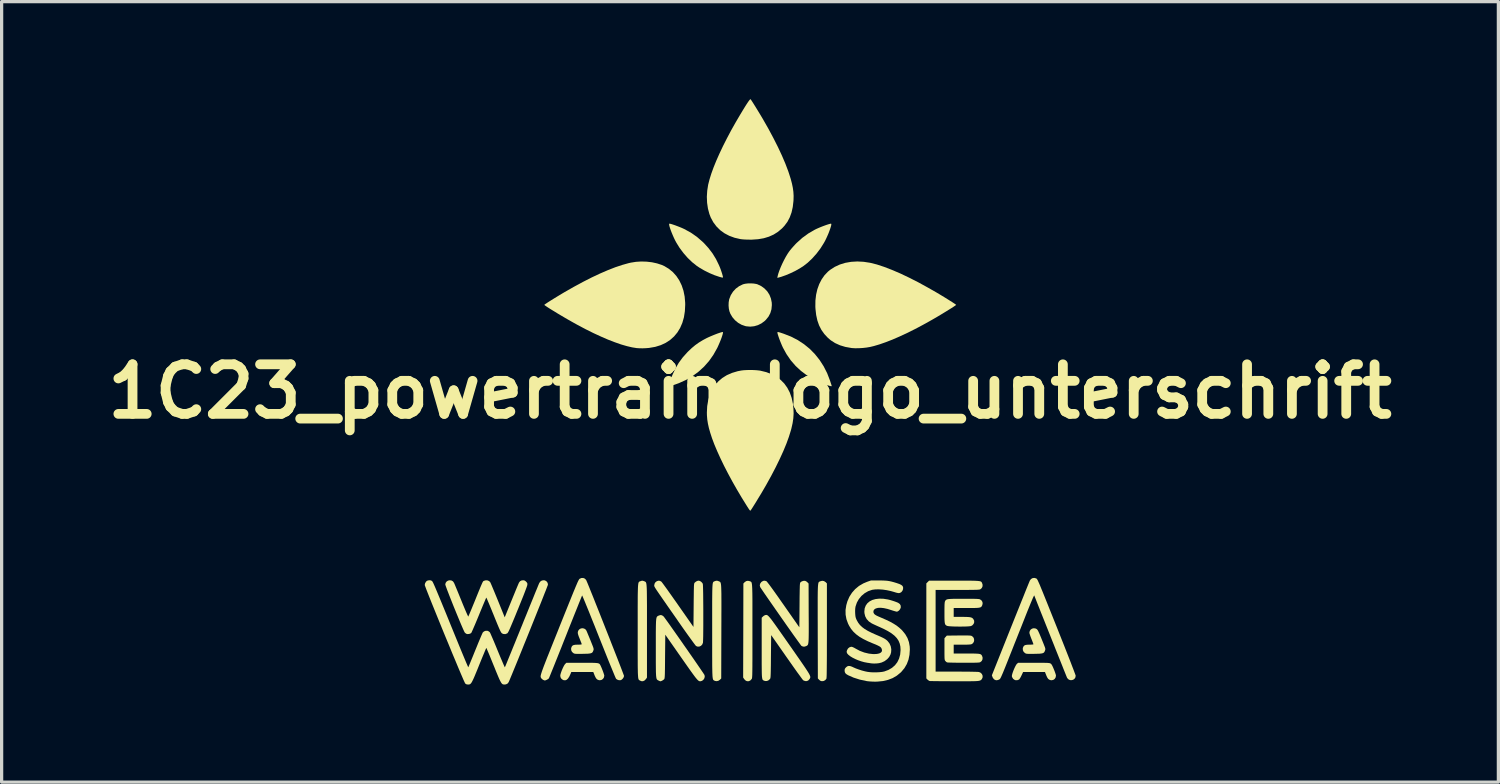
<source format=kicad_pcb>
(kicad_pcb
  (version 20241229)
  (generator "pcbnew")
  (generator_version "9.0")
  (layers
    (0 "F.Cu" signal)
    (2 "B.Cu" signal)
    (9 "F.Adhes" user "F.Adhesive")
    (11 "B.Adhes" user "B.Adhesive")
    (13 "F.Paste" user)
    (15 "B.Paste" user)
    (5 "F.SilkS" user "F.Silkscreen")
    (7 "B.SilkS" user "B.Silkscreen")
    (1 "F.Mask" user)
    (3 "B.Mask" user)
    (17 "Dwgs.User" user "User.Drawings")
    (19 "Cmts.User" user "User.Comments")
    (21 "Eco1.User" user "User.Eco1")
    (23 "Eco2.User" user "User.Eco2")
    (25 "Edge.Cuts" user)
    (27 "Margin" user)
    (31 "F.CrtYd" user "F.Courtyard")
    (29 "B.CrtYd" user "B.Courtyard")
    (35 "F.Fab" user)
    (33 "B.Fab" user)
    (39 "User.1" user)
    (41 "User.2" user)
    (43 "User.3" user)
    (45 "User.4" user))
  (footprint "1C23_powertrain_logo_unterschrift"
    (layer "F.Cu")
    (at 20.001 8.981)
    (property "Reference" "1C23_powertrain_logo_unterschrift" (at 0 0 0) (layer "F.SilkS") (effects (font (size 1.524 1.524) (thickness 0.3))))
    (attr board_only exclude_from_pos_files exclude_from_bom)
    (fp_poly (pts (xy 0.112 -3.317) (xy 0.19 -3.304) (xy 0.229 -3.293) (xy 0.346 -3.237) (xy 0.447 -3.163) (xy 0.532 -3.074) (xy 0.598 -2.97) (xy 0.643 -2.855) (xy 0.668 -2.731) (xy 0.671 -2.654) (xy 0.659 -2.526) (xy 0.625 -2.409) (xy 0.569 -2.302) (xy 0.489 -2.203) (xy 0.452 -2.167) (xy 0.353 -2.093) (xy 0.243 -2.038) (xy 0.126 -2.004) (xy 0.006 -1.992) (xy -0.114 -2.003) (xy -0.143 -2.009) (xy -0.259 -2.049) (xy -0.366 -2.11) (xy -0.461 -2.189) (xy -0.541 -2.282) (xy -0.603 -2.386) (xy -0.632 -2.461) (xy -0.651 -2.546) (xy -0.659 -2.641) (xy -0.656 -2.737) (xy -0.642 -2.824) (xy -0.638 -2.839) (xy -0.591 -2.959) (xy -0.523 -3.067) (xy -0.437 -3.16) (xy -0.336 -3.235) (xy -0.221 -3.291) (xy -0.217 -3.293) (xy -0.149 -3.31) (xy -0.066 -3.32) (xy 0.024 -3.322)) (stroke (width 0) (type solid)) (fill yes) (layer "F.SilkS"))
    (fp_poly (pts (xy 0.867 -1.825) (xy 0.895 -1.819) (xy 0.939 -1.806) (xy 1.002 -1.785) (xy 1.037 -1.773) (xy 1.258 -1.687) (xy 1.466 -1.58) (xy 1.658 -1.454) (xy 1.835 -1.31) (xy 1.995 -1.147) (xy 2.138 -0.968) (xy 2.264 -0.772) (xy 2.371 -0.561) (xy 2.458 -0.335) (xy 2.462 -0.324) (xy 2.48 -0.267) (xy 2.496 -0.219) (xy 2.507 -0.184) (xy 2.511 -0.167) (xy 2.512 -0.167) (xy 2.503 -0.161) (xy 2.477 -0.164) (xy 2.432 -0.176) (xy 2.366 -0.196) (xy 2.338 -0.205) (xy 2.247 -0.239) (xy 2.143 -0.283) (xy 2.033 -0.335) (xy 1.925 -0.39) (xy 1.826 -0.446) (xy 1.751 -0.493) (xy 1.568 -0.63) (xy 1.402 -0.784) (xy 1.253 -0.956) (xy 1.122 -1.146) (xy 1.014 -1.342) (xy 0.986 -1.402) (xy 0.957 -1.471) (xy 0.927 -1.544) (xy 0.9 -1.616) (xy 0.876 -1.684) (xy 0.857 -1.743) (xy 0.845 -1.787) (xy 0.841 -1.81) (xy 0.843 -1.82) (xy 0.851 -1.825)) (stroke (width 0) (type solid)) (fill yes) (layer "F.SilkS"))
    (fp_poly (pts (xy -2.458 -5.155) (xy -2.418 -5.145) (xy -2.364 -5.128) (xy -2.3 -5.106) (xy -2.231 -5.08) (xy -2.161 -5.053) (xy -2.093 -5.025) (xy -2.034 -4.998) (xy -2.021 -4.992) (xy -1.82 -4.882) (xy -1.633 -4.752) (xy -1.459 -4.601) (xy -1.422 -4.566) (xy -1.278 -4.408) (xy -1.153 -4.244) (xy -1.046 -4.07) (xy -0.953 -3.879) (xy -0.923 -3.808) (xy -0.901 -3.75) (xy -0.88 -3.688) (xy -0.86 -3.628) (xy -0.845 -3.574) (xy -0.834 -3.532) (xy -0.831 -3.506) (xy -0.831 -3.502) (xy -0.844 -3.5) (xy -0.875 -3.505) (xy -0.918 -3.516) (xy -0.94 -3.522) (xy -1.091 -3.573) (xy -1.25 -3.64) (xy -1.406 -3.718) (xy -1.553 -3.804) (xy -1.633 -3.857) (xy -1.776 -3.971) (xy -1.915 -4.104) (xy -2.046 -4.254) (xy -2.166 -4.415) (xy -2.261 -4.568) (xy -2.299 -4.638) (xy -2.336 -4.714) (xy -2.371 -4.793) (xy -2.404 -4.871) (xy -2.433 -4.946) (xy -2.457 -5.015) (xy -2.475 -5.073) (xy -2.485 -5.119) (xy -2.486 -5.148) (xy -2.48 -5.157)) (stroke (width 0) (type solid)) (fill yes) (layer "F.SilkS"))
    (fp_poly (pts (xy -0.832 -1.826) (xy -0.832 -1.826) (xy -0.83 -1.808) (xy -0.837 -1.772) (xy -0.852 -1.72) (xy -0.873 -1.656) (xy -0.9 -1.584) (xy -0.931 -1.508) (xy -0.964 -1.431) (xy -0.998 -1.356) (xy -1.011 -1.33) (xy -1.127 -1.124) (xy -1.261 -0.934) (xy -1.412 -0.763) (xy -1.58 -0.609) (xy -1.765 -0.473) (xy -1.965 -0.355) (xy -2.182 -0.257) (xy -2.308 -0.211) (xy -2.38 -0.187) (xy -2.433 -0.171) (xy -2.467 -0.164) (xy -2.488 -0.163) (xy -2.496 -0.17) (xy -2.495 -0.182) (xy -2.47 -0.268) (xy -2.449 -0.336) (xy -2.429 -0.394) (xy -2.408 -0.45) (xy -2.383 -0.511) (xy -2.381 -0.516) (xy -2.291 -0.708) (xy -2.189 -0.882) (xy -2.07 -1.044) (xy -1.931 -1.199) (xy -1.906 -1.225) (xy -1.792 -1.333) (xy -1.683 -1.424) (xy -1.569 -1.505) (xy -1.445 -1.58) (xy -1.336 -1.638) (xy -1.277 -1.666) (xy -1.209 -1.696) (xy -1.137 -1.726) (xy -1.065 -1.755) (xy -0.997 -1.781) (xy -0.935 -1.802) (xy -0.885 -1.818) (xy -0.849 -1.826)) (stroke (width 0) (type solid)) (fill yes) (layer "F.SilkS"))
    (fp_poly (pts (xy 2.492 -5.157) (xy 2.499 -5.144) (xy 2.496 -5.111) (xy 2.484 -5.063) (xy 2.465 -5.003) (xy 2.44 -4.933) (xy 2.411 -4.857) (xy 2.377 -4.778) (xy 2.341 -4.699) (xy 2.304 -4.624) (xy 2.273 -4.568) (xy 2.167 -4.399) (xy 2.045 -4.237) (xy 1.911 -4.087) (xy 1.77 -3.954) (xy 1.645 -3.857) (xy 1.526 -3.78) (xy 1.39 -3.704) (xy 1.244 -3.634) (xy 1.097 -3.572) (xy 0.955 -3.522) (xy 0.886 -3.503) (xy 0.839 -3.49) (xy 0.847 -3.535) (xy 0.867 -3.614) (xy 0.899 -3.708) (xy 0.94 -3.812) (xy 0.988 -3.921) (xy 1.042 -4.031) (xy 1.098 -4.136) (xy 1.155 -4.231) (xy 1.197 -4.293) (xy 1.235 -4.343) (xy 1.286 -4.405) (xy 1.344 -4.47) (xy 1.404 -4.535) (xy 1.435 -4.566) (xy 1.607 -4.721) (xy 1.791 -4.855) (xy 1.989 -4.97) (xy 2.033 -4.992) (xy 2.091 -5.018) (xy 2.157 -5.046) (xy 2.227 -5.074) (xy 2.297 -5.1) (xy 2.362 -5.123) (xy 2.419 -5.141) (xy 2.463 -5.153) (xy 2.489 -5.157)) (stroke (width 0) (type solid)) (fill yes) (layer "F.SilkS"))
    (fp_poly (pts (xy -5.04 8.339) (xy -4.935 8.339) (xy -4.85 8.34) (xy -4.782 8.342) (xy -4.73 8.345) (xy -4.691 8.349) (xy -4.663 8.355) (xy -4.643 8.363) (xy -4.628 8.372) (xy -4.617 8.384) (xy -4.61 8.394) (xy -4.594 8.424) (xy -4.573 8.47) (xy -4.55 8.525) (xy -4.527 8.583) (xy -4.506 8.64) (xy -4.49 8.689) (xy -4.48 8.724) (xy -4.479 8.736) (xy -4.49 8.791) (xy -4.519 8.835) (xy -4.562 8.865) (xy -4.614 8.876) (xy -4.651 8.871) (xy -4.688 8.856) (xy -4.718 8.832) (xy -4.745 8.793) (xy -4.773 8.735) (xy -4.783 8.709) (xy -4.817 8.623) (xy -5.493 8.623) (xy -5.513 8.673) (xy -5.553 8.76) (xy -5.593 8.822) (xy -5.635 8.861) (xy -5.68 8.878) (xy -5.729 8.873) (xy -5.749 8.865) (xy -5.795 8.833) (xy -5.824 8.785) (xy -5.832 8.736) (xy -5.826 8.697) (xy -5.81 8.643) (xy -5.788 8.581) (xy -5.761 8.517) (xy -5.733 8.458) (xy -5.706 8.409) (xy -5.684 8.379) (xy -5.644 8.339) (xy -5.167 8.339)) (stroke (width 0) (type solid)) (fill yes) (layer "F.SilkS"))
    (fp_poly (pts (xy 2.273 5.828) (xy 2.324 5.86) (xy 2.328 5.864) (xy 2.363 5.9) (xy 2.363 7.351) (xy 2.363 7.58) (xy 2.362 7.785) (xy 2.362 7.968) (xy 2.362 8.129) (xy 2.361 8.27) (xy 2.36 8.393) (xy 2.359 8.497) (xy 2.358 8.585) (xy 2.357 8.658) (xy 2.356 8.716) (xy 2.354 8.761) (xy 2.352 8.794) (xy 2.35 8.816) (xy 2.347 8.829) (xy 2.346 8.831) (xy 2.311 8.873) (xy 2.262 8.899) (xy 2.209 8.905) (xy 2.171 8.896) (xy 2.146 8.88) (xy 2.118 8.855) (xy 2.116 8.853) (xy 2.085 8.819) (xy 2.081 7.372) (xy 2.081 7.148) (xy 2.08 6.948) (xy 2.08 6.769) (xy 2.08 6.611) (xy 2.08 6.473) (xy 2.08 6.353) (xy 2.081 6.25) (xy 2.082 6.162) (xy 2.084 6.088) (xy 2.086 6.027) (xy 2.089 5.978) (xy 2.093 5.939) (xy 2.097 5.909) (xy 2.102 5.886) (xy 2.108 5.87) (xy 2.115 5.858) (xy 2.124 5.851) (xy 2.133 5.845) (xy 2.143 5.841) (xy 2.155 5.836) (xy 2.16 5.834) (xy 2.217 5.819)) (stroke (width 0) (type solid)) (fill yes) (layer "F.SilkS"))
    (fp_poly (pts (xy -0.009 5.831) (xy 0.003 5.836) (xy 0.015 5.84) (xy 0.025 5.845) (xy 0.033 5.851) (xy 0.041 5.861) (xy 0.048 5.875) (xy 0.053 5.895) (xy 0.058 5.922) (xy 0.062 5.958) (xy 0.065 6.003) (xy 0.068 6.06) (xy 0.07 6.129) (xy 0.072 6.211) (xy 0.073 6.309) (xy 0.074 6.423) (xy 0.074 6.555) (xy 0.074 6.706) (xy 0.074 6.878) (xy 0.074 7.071) (xy 0.074 7.287) (xy 0.074 7.364) (xy 0.074 7.583) (xy 0.074 7.779) (xy 0.074 7.952) (xy 0.074 8.105) (xy 0.074 8.239) (xy 0.073 8.355) (xy 0.073 8.454) (xy 0.072 8.538) (xy 0.071 8.608) (xy 0.07 8.666) (xy 0.069 8.712) (xy 0.067 8.749) (xy 0.065 8.777) (xy 0.063 8.798) (xy 0.06 8.813) (xy 0.058 8.824) (xy 0.054 8.832) (xy 0.051 8.838) (xy 0.05 8.839) (xy 0.009 8.883) (xy -0.039 8.905) (xy -0.092 8.904) (xy -0.123 8.892) (xy -0.15 8.872) (xy -0.178 8.841) (xy -0.182 8.835) (xy -0.211 8.792) (xy -0.207 7.348) (xy -0.204 5.903) (xy -0.168 5.865) (xy -0.12 5.83) (xy -0.066 5.819)) (stroke (width 0) (type solid)) (fill yes) (layer "F.SilkS"))
    (fp_poly (pts (xy 8.72 8.339) (xy 8.842 8.339) (xy 8.942 8.339) (xy 9.022 8.34) (xy 9.085 8.341) (xy 9.133 8.342) (xy 9.168 8.345) (xy 9.194 8.348) (xy 9.212 8.351) (xy 9.226 8.356) (xy 9.237 8.362) (xy 9.237 8.362) (xy 9.255 8.376) (xy 9.272 8.398) (xy 9.291 8.432) (xy 9.314 8.481) (xy 9.339 8.541) (xy 9.363 8.601) (xy 9.383 8.657) (xy 9.397 8.702) (xy 9.403 8.731) (xy 9.403 8.734) (xy 9.392 8.791) (xy 9.363 8.836) (xy 9.321 8.865) (xy 9.268 8.876) (xy 9.23 8.871) (xy 9.193 8.856) (xy 9.163 8.832) (xy 9.136 8.793) (xy 9.109 8.735) (xy 9.099 8.709) (xy 9.065 8.623) (xy 8.393 8.623) (xy 8.342 8.732) (xy 8.318 8.78) (xy 8.294 8.82) (xy 8.275 8.847) (xy 8.268 8.854) (xy 8.215 8.874) (xy 8.159 8.874) (xy 8.133 8.865) (xy 8.086 8.832) (xy 8.055 8.78) (xy 8.048 8.758) (xy 8.049 8.729) (xy 8.059 8.685) (xy 8.077 8.629) (xy 8.1 8.568) (xy 8.126 8.506) (xy 8.153 8.45) (xy 8.178 8.404) (xy 8.2 8.374) (xy 8.204 8.37) (xy 8.242 8.339)) (stroke (width 0) (type solid)) (fill yes) (layer "F.SilkS"))
    (fp_poly (pts (xy -5.099 7.287) (xy -5.056 7.313) (xy -5.031 7.346) (xy -5.021 7.367) (xy -5.004 7.407) (xy -4.981 7.463) (xy -4.953 7.53) (xy -4.922 7.605) (xy -4.905 7.646) (xy -4.871 7.731) (xy -4.845 7.796) (xy -4.826 7.845) (xy -4.814 7.88) (xy -4.808 7.906) (xy -4.806 7.925) (xy -4.808 7.94) (xy -4.813 7.956) (xy -4.814 7.96) (xy -4.827 7.992) (xy -4.841 8.016) (xy -4.862 8.034) (xy -4.89 8.046) (xy -4.931 8.054) (xy -4.988 8.06) (xy -5.062 8.062) (xy -5.145 8.064) (xy -5.229 8.065) (xy -5.292 8.065) (xy -5.338 8.064) (xy -5.371 8.062) (xy -5.394 8.058) (xy -5.412 8.051) (xy -5.427 8.043) (xy -5.429 8.042) (xy -5.472 8.003) (xy -5.496 7.952) (xy -5.498 7.897) (xy -5.494 7.879) (xy -5.478 7.839) (xy -5.455 7.811) (xy -5.42 7.794) (xy -5.37 7.785) (xy -5.301 7.782) (xy -5.294 7.782) (xy -5.232 7.781) (xy -5.191 7.777) (xy -5.173 7.771) (xy -5.172 7.769) (xy -5.176 7.753) (xy -5.188 7.719) (xy -5.207 7.672) (xy -5.229 7.616) (xy -5.233 7.606) (xy -5.263 7.532) (xy -5.282 7.476) (xy -5.292 7.433) (xy -5.293 7.398) (xy -5.285 7.368) (xy -5.277 7.349) (xy -5.243 7.308) (xy -5.199 7.284) (xy -5.148 7.277)) (stroke (width 0) (type solid)) (fill yes) (layer "F.SilkS"))
    (fp_poly (pts (xy 8.772 7.284) (xy 8.804 7.298) (xy 8.816 7.307) (xy 8.828 7.319) (xy 8.841 7.337) (xy 8.856 7.363) (xy 8.873 7.399) (xy 8.895 7.447) (xy 8.922 7.511) (xy 8.955 7.592) (xy 8.996 7.692) (xy 9.02 7.751) (xy 9.045 7.815) (xy 9.063 7.861) (xy 9.073 7.893) (xy 9.076 7.916) (xy 9.075 7.935) (xy 9.07 7.954) (xy 9.067 7.96) (xy 9.055 7.992) (xy 9.04 8.016) (xy 9.02 8.034) (xy 8.991 8.046) (xy 8.95 8.054) (xy 8.894 8.06) (xy 8.819 8.062) (xy 8.737 8.064) (xy 8.653 8.065) (xy 8.59 8.065) (xy 8.543 8.064) (xy 8.511 8.062) (xy 8.487 8.058) (xy 8.47 8.051) (xy 8.454 8.043) (xy 8.453 8.042) (xy 8.41 8.003) (xy 8.386 7.952) (xy 8.383 7.897) (xy 8.387 7.879) (xy 8.404 7.839) (xy 8.427 7.811) (xy 8.461 7.794) (xy 8.511 7.785) (xy 8.581 7.782) (xy 8.588 7.782) (xy 8.644 7.781) (xy 8.685 7.778) (xy 8.707 7.773) (xy 8.71 7.77) (xy 8.706 7.754) (xy 8.694 7.721) (xy 8.676 7.673) (xy 8.654 7.617) (xy 8.648 7.603) (xy 8.625 7.543) (xy 8.606 7.488) (xy 8.592 7.445) (xy 8.586 7.419) (xy 8.586 7.416) (xy 8.597 7.362) (xy 8.626 7.319) (xy 8.668 7.29) (xy 8.719 7.277)) (stroke (width 0) (type solid)) (fill yes) (layer "F.SilkS"))
    (fp_poly (pts (xy -0.995 5.82) (xy -0.959 5.834) (xy -0.947 5.839) (xy -0.936 5.844) (xy -0.926 5.849) (xy -0.918 5.856) (xy -0.91 5.866) (xy -0.904 5.88) (xy -0.898 5.9) (xy -0.893 5.928) (xy -0.889 5.963) (xy -0.886 6.009) (xy -0.884 6.065) (xy -0.882 6.134) (xy -0.88 6.217) (xy -0.88 6.315) (xy -0.879 6.429) (xy -0.879 6.56) (xy -0.879 6.711) (xy -0.88 6.882) (xy -0.88 7.075) (xy -0.881 7.29) (xy -0.881 7.377) (xy -0.885 8.821) (xy -0.923 8.859) (xy -0.97 8.891) (xy -1.023 8.904) (xy -1.075 8.897) (xy -1.092 8.889) (xy -1.102 8.884) (xy -1.112 8.879) (xy -1.12 8.873) (xy -1.128 8.865) (xy -1.134 8.854) (xy -1.14 8.838) (xy -1.145 8.816) (xy -1.149 8.787) (xy -1.153 8.749) (xy -1.155 8.701) (xy -1.158 8.642) (xy -1.159 8.57) (xy -1.161 8.484) (xy -1.162 8.383) (xy -1.162 8.265) (xy -1.163 8.129) (xy -1.163 7.974) (xy -1.163 7.798) (xy -1.163 7.601) (xy -1.163 7.38) (xy -1.163 7.352) (xy -1.163 7.13) (xy -1.163 6.931) (xy -1.163 6.753) (xy -1.163 6.597) (xy -1.163 6.46) (xy -1.162 6.341) (xy -1.161 6.239) (xy -1.16 6.153) (xy -1.158 6.08) (xy -1.156 6.021) (xy -1.153 5.972) (xy -1.15 5.934) (xy -1.146 5.905) (xy -1.141 5.883) (xy -1.135 5.868) (xy -1.129 5.857) (xy -1.121 5.849) (xy -1.113 5.844) (xy -1.103 5.84) (xy -1.092 5.835) (xy -1.089 5.833) (xy -1.041 5.817)) (stroke (width 0) (type solid)) (fill yes) (layer "F.SilkS"))
    (fp_poly (pts (xy 3.492 -3.985) (xy 3.694 -3.954) (xy 3.897 -3.903) (xy 4.122 -3.829) (xy 4.363 -3.736) (xy 4.62 -3.626) (xy 4.891 -3.497) (xy 5.178 -3.351) (xy 5.478 -3.186) (xy 5.722 -3.047) (xy 5.81 -2.995) (xy 5.899 -2.941) (xy 5.987 -2.888) (xy 6.069 -2.837) (xy 6.145 -2.789) (xy 6.212 -2.747) (xy 6.267 -2.711) (xy 6.307 -2.684) (xy 6.33 -2.666) (xy 6.335 -2.661) (xy 6.324 -2.651) (xy 6.295 -2.63) (xy 6.25 -2.6) (xy 6.19 -2.561) (xy 6.119 -2.517) (xy 6.039 -2.467) (xy 5.953 -2.415) (xy 5.863 -2.36) (xy 5.771 -2.305) (xy 5.68 -2.252) (xy 5.592 -2.201) (xy 5.567 -2.187) (xy 5.314 -2.046) (xy 5.066 -1.915) (xy 4.827 -1.796) (xy 4.597 -1.689) (xy 4.378 -1.594) (xy 4.172 -1.514) (xy 3.98 -1.447) (xy 3.804 -1.395) (xy 3.687 -1.367) (xy 3.58 -1.349) (xy 3.463 -1.336) (xy 3.343 -1.329) (xy 3.229 -1.328) (xy 3.13 -1.334) (xy 3.115 -1.336) (xy 2.931 -1.369) (xy 2.765 -1.419) (xy 2.615 -1.487) (xy 2.481 -1.573) (xy 2.391 -1.65) (xy 2.283 -1.766) (xy 2.194 -1.892) (xy 2.123 -2.03) (xy 2.07 -2.182) (xy 2.033 -2.35) (xy 2.012 -2.535) (xy 2.008 -2.604) (xy 2.01 -2.793) (xy 2.031 -2.973) (xy 2.07 -3.143) (xy 2.127 -3.3) (xy 2.201 -3.444) (xy 2.291 -3.573) (xy 2.396 -3.683) (xy 2.46 -3.736) (xy 2.604 -3.829) (xy 2.76 -3.901) (xy 2.929 -3.953) (xy 3.108 -3.984) (xy 3.296 -3.995)) (stroke (width 0) (type solid)) (fill yes) (layer "F.SilkS"))
    (fp_poly (pts (xy 6.673 7.499) (xy 6.724 7.501) (xy 6.761 7.503) (xy 6.787 7.506) (xy 6.805 7.511) (xy 6.816 7.516) (xy 6.858 7.549) (xy 6.882 7.595) (xy 6.889 7.645) (xy 6.879 7.695) (xy 6.851 7.738) (xy 6.817 7.763) (xy 6.8 7.77) (xy 6.774 7.775) (xy 6.737 7.778) (xy 6.685 7.781) (xy 6.615 7.782) (xy 6.523 7.782) (xy 6.26 7.782) (xy 6.26 8.054) (xy 6.651 8.054) (xy 6.767 8.054) (xy 6.862 8.055) (xy 6.937 8.057) (xy 6.995 8.06) (xy 7.038 8.064) (xy 7.07 8.071) (xy 7.093 8.081) (xy 7.109 8.093) (xy 7.121 8.109) (xy 7.132 8.128) (xy 7.132 8.128) (xy 7.149 8.183) (xy 7.144 8.237) (xy 7.12 8.285) (xy 7.078 8.319) (xy 7.077 8.32) (xy 7.065 8.325) (xy 7.046 8.329) (xy 7.019 8.332) (xy 6.981 8.334) (xy 6.93 8.336) (xy 6.863 8.337) (xy 6.779 8.338) (xy 6.674 8.338) (xy 6.561 8.338) (xy 6.453 8.338) (xy 6.353 8.337) (xy 6.262 8.335) (xy 6.185 8.334) (xy 6.122 8.332) (xy 6.079 8.33) (xy 6.056 8.327) (xy 6.055 8.327) (xy 6.029 8.31) (xy 6.003 8.283) (xy 6.002 8.283) (xy 5.994 8.272) (xy 5.988 8.259) (xy 5.984 8.242) (xy 5.98 8.218) (xy 5.978 8.182) (xy 5.977 8.134) (xy 5.976 8.068) (xy 5.976 7.983) (xy 5.976 7.917) (xy 5.976 7.585) (xy 6.012 7.544) (xy 6.048 7.504) (xy 6.414 7.5) (xy 6.521 7.499) (xy 6.607 7.499)) (stroke (width 0) (type solid)) (fill yes) (layer "F.SilkS"))
    (fp_poly (pts (xy -3.255 5.831) (xy -3.247 5.834) (xy -3.235 5.84) (xy -3.225 5.844) (xy -3.215 5.85) (xy -3.207 5.857) (xy -3.199 5.867) (xy -3.193 5.883) (xy -3.187 5.904) (xy -3.183 5.932) (xy -3.179 5.969) (xy -3.176 6.017) (xy -3.173 6.075) (xy -3.171 6.146) (xy -3.17 6.231) (xy -3.169 6.331) (xy -3.168 6.448) (xy -3.167 6.582) (xy -3.167 6.736) (xy -3.167 6.91) (xy -3.167 7.107) (xy -3.167 7.326) (xy -3.167 7.365) (xy -3.167 8.793) (xy -3.195 8.835) (xy -3.237 8.88) (xy -3.286 8.904) (xy -3.337 8.904) (xy -3.379 8.887) (xy -3.39 8.881) (xy -3.4 8.875) (xy -3.409 8.87) (xy -3.416 8.862) (xy -3.423 8.851) (xy -3.429 8.836) (xy -3.434 8.815) (xy -3.438 8.787) (xy -3.441 8.75) (xy -3.444 8.703) (xy -3.447 8.646) (xy -3.448 8.576) (xy -3.45 8.492) (xy -3.451 8.392) (xy -3.451 8.277) (xy -3.452 8.143) (xy -3.452 7.991) (xy -3.452 7.818) (xy -3.452 7.623) (xy -3.452 7.405) (xy -3.452 7.362) (xy -3.452 7.138) (xy -3.452 6.938) (xy -3.452 6.76) (xy -3.452 6.602) (xy -3.451 6.464) (xy -3.451 6.344) (xy -3.45 6.241) (xy -3.448 6.154) (xy -3.446 6.081) (xy -3.444 6.02) (xy -3.441 5.971) (xy -3.437 5.933) (xy -3.433 5.903) (xy -3.427 5.881) (xy -3.421 5.865) (xy -3.414 5.854) (xy -3.406 5.847) (xy -3.397 5.842) (xy -3.386 5.838) (xy -3.374 5.834) (xy -3.371 5.832) (xy -3.328 5.818) (xy -3.294 5.818)) (stroke (width 0) (type solid)) (fill yes) (layer "F.SilkS"))
    (fp_poly (pts (xy 0.019 -8.98) (xy 0.032 -8.962) (xy 0.055 -8.927) (xy 0.088 -8.876) (xy 0.127 -8.814) (xy 0.171 -8.743) (xy 0.218 -8.667) (xy 0.266 -8.588) (xy 0.313 -8.511) (xy 0.357 -8.437) (xy 0.388 -8.385) (xy 0.561 -8.082) (xy 0.717 -7.791) (xy 0.857 -7.514) (xy 0.98 -7.251) (xy 1.086 -7.003) (xy 1.174 -6.771) (xy 1.2 -6.693) (xy 1.251 -6.533) (xy 1.289 -6.389) (xy 1.316 -6.258) (xy 1.333 -6.134) (xy 1.34 -6.013) (xy 1.337 -5.89) (xy 1.335 -5.854) (xy 1.314 -5.669) (xy 1.276 -5.501) (xy 1.221 -5.35) (xy 1.149 -5.213) (xy 1.058 -5.091) (xy 0.982 -5.01) (xy 0.859 -4.906) (xy 0.726 -4.822) (xy 0.581 -4.757) (xy 0.423 -4.709) (xy 0.249 -4.679) (xy 0.06 -4.666) (xy -0.012 -4.666) (xy -0.088 -4.667) (xy -0.163 -4.67) (xy -0.231 -4.675) (xy -0.284 -4.681) (xy -0.297 -4.683) (xy -0.475 -4.724) (xy -0.638 -4.784) (xy -0.786 -4.862) (xy -0.918 -4.958) (xy -1.032 -5.072) (xy -1.129 -5.201) (xy -1.207 -5.346) (xy -1.249 -5.455) (xy -1.293 -5.62) (xy -1.319 -5.798) (xy -1.327 -5.983) (xy -1.315 -6.171) (xy -1.286 -6.356) (xy -1.245 -6.516) (xy -1.19 -6.693) (xy -1.12 -6.886) (xy -1.036 -7.093) (xy -0.939 -7.312) (xy -0.83 -7.542) (xy -0.709 -7.781) (xy -0.578 -8.028) (xy -0.436 -8.28) (xy -0.303 -8.506) (xy -0.229 -8.629) (xy -0.166 -8.732) (xy -0.114 -8.815) (xy -0.071 -8.88) (xy -0.038 -8.928) (xy -0.012 -8.961) (xy 0.005 -8.978) (xy 0.016 -8.981)) (stroke (width 0) (type solid)) (fill yes) (layer "F.SilkS"))
    (fp_poly (pts (xy 0.11 -0.658) (xy 0.206 -0.652) (xy 0.289 -0.643) (xy 0.315 -0.639) (xy 0.499 -0.594) (xy 0.664 -0.531) (xy 0.812 -0.452) (xy 0.942 -0.355) (xy 1.054 -0.242) (xy 1.147 -0.112) (xy 1.223 0.035) (xy 1.28 0.198) (xy 1.318 0.377) (xy 1.335 0.534) (xy 1.34 0.68) (xy 1.331 0.824) (xy 1.309 0.973) (xy 1.273 1.133) (xy 1.255 1.2) (xy 1.194 1.396) (xy 1.117 1.608) (xy 1.023 1.835) (xy 0.913 2.076) (xy 0.789 2.33) (xy 0.65 2.596) (xy 0.498 2.871) (xy 0.4 3.04) (xy 0.365 3.1) (xy 0.323 3.17) (xy 0.277 3.245) (xy 0.229 3.324) (xy 0.182 3.402) (xy 0.136 3.475) (xy 0.095 3.541) (xy 0.06 3.596) (xy 0.034 3.635) (xy 0.021 3.655) (xy 0.014 3.662) (xy 0.005 3.662) (xy -0.007 3.652) (xy -0.025 3.629) (xy -0.05 3.592) (xy -0.086 3.536) (xy -0.101 3.512) (xy -0.255 3.264) (xy -0.403 3.014) (xy -0.544 2.766) (xy -0.676 2.521) (xy -0.799 2.283) (xy -0.91 2.053) (xy -1.009 1.835) (xy -1.095 1.631) (xy -1.166 1.442) (xy -1.169 1.434) (xy -1.222 1.271) (xy -1.264 1.124) (xy -1.294 0.988) (xy -1.314 0.861) (xy -1.324 0.736) (xy -1.326 0.65) (xy -1.316 0.452) (xy -1.285 0.27) (xy -1.236 0.102) (xy -1.168 -0.051) (xy -1.081 -0.188) (xy -0.975 -0.309) (xy -0.852 -0.414) (xy -0.712 -0.501) (xy -0.554 -0.57) (xy -0.38 -0.622) (xy -0.266 -0.644) (xy -0.188 -0.653) (xy -0.095 -0.658) (xy 0.007 -0.66)) (stroke (width 0) (type solid)) (fill yes) (layer "F.SilkS"))
    (fp_poly (pts (xy -3.176 -3.989) (xy -3.013 -3.97) (xy -2.858 -3.936) (xy -2.716 -3.89) (xy -2.633 -3.853) (xy -2.494 -3.769) (xy -2.37 -3.667) (xy -2.263 -3.547) (xy -2.173 -3.411) (xy -2.1 -3.26) (xy -2.045 -3.095) (xy -2.009 -2.917) (xy -1.993 -2.728) (xy -1.992 -2.666) (xy -2.002 -2.466) (xy -2.031 -2.28) (xy -2.08 -2.109) (xy -2.147 -1.954) (xy -2.232 -1.814) (xy -2.335 -1.69) (xy -2.455 -1.583) (xy -2.591 -1.494) (xy -2.744 -1.423) (xy -2.912 -1.371) (xy -3.096 -1.339) (xy -3.11 -1.337) (xy -3.2 -1.33) (xy -3.297 -1.326) (xy -3.391 -1.327) (xy -3.472 -1.332) (xy -3.477 -1.332) (xy -3.622 -1.355) (xy -3.784 -1.393) (xy -3.963 -1.445) (xy -4.157 -1.513) (xy -4.364 -1.593) (xy -4.583 -1.688) (xy -4.813 -1.794) (xy -5.052 -1.913) (xy -5.299 -2.044) (xy -5.413 -2.107) (xy -5.507 -2.16) (xy -5.606 -2.216) (xy -5.707 -2.275) (xy -5.807 -2.334) (xy -5.905 -2.392) (xy -5.997 -2.449) (xy -6.083 -2.501) (xy -6.159 -2.548) (xy -6.223 -2.589) (xy -6.273 -2.623) (xy -6.307 -2.647) (xy -6.322 -2.66) (xy -6.322 -2.662) (xy -6.312 -2.671) (xy -6.283 -2.692) (xy -6.238 -2.722) (xy -6.18 -2.76) (xy -6.111 -2.803) (xy -6.034 -2.851) (xy -5.951 -2.902) (xy -5.865 -2.954) (xy -5.779 -3.006) (xy -5.71 -3.047) (xy -5.417 -3.214) (xy -5.136 -3.366) (xy -4.867 -3.503) (xy -4.61 -3.624) (xy -4.367 -3.729) (xy -4.139 -3.818) (xy -3.926 -3.889) (xy -3.729 -3.944) (xy -3.662 -3.959) (xy -3.505 -3.984) (xy -3.342 -3.994)) (stroke (width 0) (type solid)) (fill yes) (layer "F.SilkS"))
    (fp_poly (pts (xy 6.574 5.815) (xy 6.693 5.815) (xy 6.792 5.816) (xy 6.874 5.817) (xy 6.94 5.82) (xy 6.993 5.823) (xy 7.033 5.827) (xy 7.064 5.832) (xy 7.086 5.838) (xy 7.102 5.846) (xy 7.113 5.856) (xy 7.121 5.868) (xy 7.129 5.881) (xy 7.132 5.889) (xy 7.149 5.944) (xy 7.144 5.998) (xy 7.12 6.045) (xy 7.078 6.08) (xy 7.077 6.081) (xy 7.066 6.085) (xy 7.05 6.088) (xy 7.026 6.091) (xy 6.992 6.094) (xy 6.947 6.096) (xy 6.889 6.097) (xy 6.815 6.098) (xy 6.723 6.099) (xy 6.613 6.099) (xy 6.48 6.099) (xy 6.372 6.099) (xy 5.704 6.099) (xy 5.704 8.611) (xy 6.35 8.611) (xy 6.503 8.611) (xy 6.64 8.612) (xy 6.759 8.613) (xy 6.859 8.615) (xy 6.939 8.617) (xy 6.998 8.619) (xy 7.033 8.622) (xy 7.042 8.624) (xy 7.092 8.648) (xy 7.128 8.687) (xy 7.148 8.735) (xy 7.149 8.785) (xy 7.129 8.833) (xy 7.124 8.84) (xy 7.113 8.854) (xy 7.102 8.865) (xy 7.089 8.875) (xy 7.073 8.883) (xy 7.05 8.89) (xy 7.02 8.896) (xy 6.981 8.9) (xy 6.93 8.903) (xy 6.866 8.905) (xy 6.786 8.906) (xy 6.69 8.907) (xy 6.574 8.907) (xy 6.437 8.907) (xy 6.282 8.906) (xy 6.149 8.906) (xy 6.023 8.905) (xy 5.906 8.905) (xy 5.8 8.904) (xy 5.708 8.903) (xy 5.631 8.902) (xy 5.573 8.901) (xy 5.536 8.9) (xy 5.521 8.899) (xy 5.495 8.887) (xy 5.464 8.864) (xy 5.456 8.857) (xy 5.419 8.819) (xy 5.419 5.899) (xy 5.461 5.857) (xy 5.503 5.815) (xy 6.272 5.815) (xy 6.435 5.815)) (stroke (width 0) (type solid)) (fill yes) (layer "F.SilkS"))
    (fp_poly (pts (xy 6.686 6.372) (xy 6.786 6.372) (xy 6.866 6.373) (xy 6.929 6.374) (xy 6.977 6.376) (xy 7.013 6.379) (xy 7.039 6.382) (xy 7.058 6.386) (xy 7.072 6.391) (xy 7.072 6.392) (xy 7.117 6.425) (xy 7.144 6.472) (xy 7.149 6.525) (xy 7.133 6.581) (xy 7.132 6.582) (xy 7.121 6.602) (xy 7.109 6.617) (xy 7.093 6.63) (xy 7.07 6.639) (xy 7.038 6.646) (xy 6.995 6.651) (xy 6.937 6.654) (xy 6.862 6.655) (xy 6.767 6.656) (xy 6.651 6.656) (xy 6.26 6.656) (xy 6.26 6.928) (xy 6.508 6.928) (xy 6.604 6.929) (xy 6.679 6.931) (xy 6.736 6.935) (xy 6.779 6.942) (xy 6.811 6.952) (xy 6.835 6.966) (xy 6.855 6.985) (xy 6.864 6.997) (xy 6.888 7.044) (xy 6.89 7.095) (xy 6.872 7.144) (xy 6.836 7.185) (xy 6.797 7.208) (xy 6.769 7.214) (xy 6.722 7.219) (xy 6.658 7.223) (xy 6.582 7.225) (xy 6.498 7.226) (xy 6.411 7.226) (xy 6.325 7.225) (xy 6.244 7.223) (xy 6.173 7.219) (xy 6.115 7.215) (xy 6.075 7.209) (xy 6.062 7.206) (xy 6.037 7.195) (xy 6.018 7.182) (xy 6.003 7.165) (xy 5.992 7.14) (xy 5.985 7.105) (xy 5.98 7.058) (xy 5.977 6.994) (xy 5.976 6.912) (xy 5.976 6.807) (xy 5.976 6.799) (xy 5.976 6.698) (xy 5.977 6.619) (xy 5.978 6.559) (xy 5.981 6.515) (xy 5.984 6.483) (xy 5.989 6.46) (xy 5.995 6.445) (xy 5.995 6.444) (xy 6.005 6.427) (xy 6.017 6.412) (xy 6.032 6.401) (xy 6.054 6.391) (xy 6.084 6.384) (xy 6.125 6.379) (xy 6.179 6.376) (xy 6.249 6.373) (xy 6.337 6.372) (xy 6.445 6.372) (xy 6.564 6.372)) (stroke (width 0) (type solid)) (fill yes) (layer "F.SilkS"))
    (fp_poly (pts (xy 0.505 5.832) (xy 0.519 5.846) (xy 0.547 5.881) (xy 0.589 5.935) (xy 0.643 6.008) (xy 0.71 6.1) (xy 0.789 6.211) (xy 0.88 6.339) (xy 0.982 6.486) (xy 1.027 6.549) (xy 1.516 7.249) (xy 1.522 6.57) (xy 1.523 6.423) (xy 1.524 6.299) (xy 1.526 6.195) (xy 1.527 6.11) (xy 1.529 6.042) (xy 1.53 5.989) (xy 1.532 5.948) (xy 1.535 5.918) (xy 1.538 5.897) (xy 1.541 5.883) (xy 1.546 5.873) (xy 1.551 5.867) (xy 1.551 5.866) (xy 1.59 5.838) (xy 1.641 5.821) (xy 1.69 5.82) (xy 1.693 5.821) (xy 1.725 5.835) (xy 1.758 5.86) (xy 1.764 5.866) (xy 1.8 5.903) (xy 1.803 6.812) (xy 1.804 6.99) (xy 1.805 7.144) (xy 1.805 7.277) (xy 1.805 7.39) (xy 1.804 7.485) (xy 1.803 7.564) (xy 1.801 7.628) (xy 1.798 7.679) (xy 1.794 7.719) (xy 1.789 7.75) (xy 1.783 7.772) (xy 1.776 7.788) (xy 1.767 7.8) (xy 1.756 7.809) (xy 1.744 7.816) (xy 1.733 7.823) (xy 1.682 7.841) (xy 1.63 7.841) (xy 1.584 7.822) (xy 1.58 7.819) (xy 1.569 7.806) (xy 1.545 7.774) (xy 1.51 7.725) (xy 1.464 7.662) (xy 1.409 7.585) (xy 1.346 7.498) (xy 1.277 7.4) (xy 1.203 7.295) (xy 1.124 7.184) (xy 1.043 7.068) (xy 0.961 6.951) (xy 0.878 6.832) (xy 0.796 6.715) (xy 0.717 6.601) (xy 0.641 6.492) (xy 0.57 6.39) (xy 0.505 6.296) (xy 0.447 6.212) (xy 0.398 6.14) (xy 0.359 6.082) (xy 0.33 6.04) (xy 0.315 6.015) (xy 0.312 6.011) (xy 0.3 5.96) (xy 0.311 5.909) (xy 0.344 5.862) (xy 0.353 5.853) (xy 0.403 5.822) (xy 0.454 5.816)) (stroke (width 0) (type solid)) (fill yes) (layer "F.SilkS"))
    (fp_poly (pts (xy 0.51 6.869) (xy 0.524 6.873) (xy 0.54 6.882) (xy 0.559 6.897) (xy 0.581 6.919) (xy 0.608 6.95) (xy 0.641 6.99) (xy 0.68 7.041) (xy 0.726 7.104) (xy 0.781 7.18) (xy 0.846 7.271) (xy 0.92 7.377) (xy 1.006 7.499) (xy 1.105 7.64) (xy 1.216 7.799) (xy 1.217 7.8) (xy 1.329 7.96) (xy 1.427 8.101) (xy 1.513 8.224) (xy 1.587 8.331) (xy 1.65 8.423) (xy 1.703 8.501) (xy 1.746 8.567) (xy 1.781 8.621) (xy 1.808 8.666) (xy 1.828 8.703) (xy 1.841 8.732) (xy 1.85 8.756) (xy 1.853 8.775) (xy 1.852 8.79) (xy 1.848 8.804) (xy 1.842 8.818) (xy 1.834 8.832) (xy 1.833 8.834) (xy 1.797 8.877) (xy 1.751 8.9) (xy 1.699 8.902) (xy 1.647 8.883) (xy 1.631 8.872) (xy 1.619 8.858) (xy 1.594 8.825) (xy 1.558 8.776) (xy 1.511 8.711) (xy 1.454 8.634) (xy 1.39 8.544) (xy 1.32 8.445) (xy 1.244 8.337) (xy 1.164 8.223) (xy 1.125 8.168) (xy 0.65 7.488) (xy 0.643 8.145) (xy 0.642 8.291) (xy 0.641 8.414) (xy 0.639 8.517) (xy 0.638 8.6) (xy 0.636 8.667) (xy 0.634 8.72) (xy 0.632 8.759) (xy 0.629 8.788) (xy 0.626 8.808) (xy 0.622 8.822) (xy 0.617 8.831) (xy 0.617 8.832) (xy 0.574 8.875) (xy 0.522 8.898) (xy 0.468 8.9) (xy 0.439 8.891) (xy 0.424 8.885) (xy 0.411 8.879) (xy 0.4 8.872) (xy 0.391 8.863) (xy 0.383 8.849) (xy 0.377 8.828) (xy 0.372 8.8) (xy 0.367 8.763) (xy 0.364 8.714) (xy 0.362 8.652) (xy 0.361 8.576) (xy 0.36 8.484) (xy 0.359 8.375) (xy 0.359 8.245) (xy 0.359 8.095) (xy 0.359 7.922) (xy 0.359 7.882) (xy 0.359 6.955) (xy 0.396 6.918) (xy 0.428 6.892) (xy 0.462 6.875) (xy 0.469 6.873) (xy 0.483 6.87) (xy 0.497 6.868)) (stroke (width 0) (type solid)) (fill yes) (layer "F.SilkS"))
    (fp_poly (pts (xy -1.539 5.825) (xy -1.498 5.852) (xy -1.465 5.888) (xy -1.451 5.914) (xy -1.449 5.934) (xy -1.446 5.976) (xy -1.444 6.038) (xy -1.442 6.118) (xy -1.44 6.212) (xy -1.439 6.319) (xy -1.438 6.435) (xy -1.437 6.559) (xy -1.436 6.688) (xy -1.436 6.819) (xy -1.436 6.951) (xy -1.436 7.08) (xy -1.436 7.204) (xy -1.437 7.321) (xy -1.438 7.428) (xy -1.439 7.522) (xy -1.441 7.602) (xy -1.443 7.664) (xy -1.445 7.707) (xy -1.447 7.726) (xy -1.47 7.78) (xy -1.508 7.818) (xy -1.555 7.84) (xy -1.607 7.843) (xy -1.658 7.824) (xy -1.67 7.811) (xy -1.695 7.779) (xy -1.732 7.73) (xy -1.779 7.665) (xy -1.836 7.587) (xy -1.901 7.497) (xy -1.973 7.396) (xy -2.051 7.286) (xy -2.133 7.169) (xy -2.219 7.046) (xy -2.221 7.042) (xy -2.338 6.874) (xy -2.442 6.726) (xy -2.533 6.595) (xy -2.612 6.481) (xy -2.681 6.382) (xy -2.739 6.298) (xy -2.788 6.227) (xy -2.829 6.167) (xy -2.862 6.119) (xy -2.888 6.079) (xy -2.908 6.048) (xy -2.922 6.024) (xy -2.932 6.006) (xy -2.939 5.992) (xy -2.942 5.982) (xy -2.944 5.974) (xy -2.944 5.967) (xy -2.944 5.96) (xy -2.933 5.906) (xy -2.906 5.863) (xy -2.866 5.833) (xy -2.82 5.817) (xy -2.772 5.82) (xy -2.727 5.844) (xy -2.726 5.844) (xy -2.713 5.859) (xy -2.687 5.893) (xy -2.65 5.943) (xy -2.602 6.009) (xy -2.545 6.087) (xy -2.481 6.178) (xy -2.41 6.278) (xy -2.334 6.386) (xy -2.253 6.5) (xy -2.215 6.555) (xy -1.738 7.237) (xy -1.732 6.57) (xy -1.731 6.425) (xy -1.729 6.302) (xy -1.728 6.2) (xy -1.727 6.117) (xy -1.725 6.05) (xy -1.724 5.998) (xy -1.722 5.958) (xy -1.719 5.929) (xy -1.716 5.909) (xy -1.712 5.895) (xy -1.708 5.886) (xy -1.703 5.879) (xy -1.701 5.877) (xy -1.659 5.842) (xy -1.611 5.82) (xy -1.58 5.815)) (stroke (width 0) (type solid)) (fill yes) (layer "F.SilkS"))
    (fp_poly (pts (xy -2.707 6.879) (xy -2.661 6.91) (xy -2.652 6.92) (xy -2.638 6.937) (xy -2.612 6.973) (xy -2.574 7.025) (xy -2.526 7.091) (xy -2.47 7.17) (xy -2.406 7.261) (xy -2.336 7.36) (xy -2.261 7.467) (xy -2.182 7.579) (xy -2.101 7.695) (xy -2.019 7.813) (xy -1.936 7.931) (xy -1.856 8.047) (xy -1.777 8.16) (xy -1.703 8.267) (xy -1.634 8.367) (xy -1.571 8.459) (xy -1.516 8.539) (xy -1.47 8.607) (xy -1.434 8.66) (xy -1.41 8.697) (xy -1.398 8.716) (xy -1.398 8.717) (xy -1.391 8.767) (xy -1.404 8.817) (xy -1.433 8.861) (xy -1.473 8.892) (xy -1.503 8.902) (xy -1.52 8.906) (xy -1.536 8.907) (xy -1.552 8.905) (xy -1.568 8.899) (xy -1.587 8.887) (xy -1.609 8.868) (xy -1.634 8.84) (xy -1.666 8.803) (xy -1.703 8.755) (xy -1.748 8.694) (xy -1.802 8.62) (xy -1.866 8.53) (xy -1.941 8.424) (xy -2.027 8.301) (xy -2.117 8.173) (xy -2.604 7.476) (xy -2.611 8.147) (xy -2.612 8.293) (xy -2.613 8.417) (xy -2.614 8.519) (xy -2.616 8.603) (xy -2.617 8.67) (xy -2.619 8.723) (xy -2.621 8.763) (xy -2.624 8.792) (xy -2.627 8.813) (xy -2.63 8.827) (xy -2.634 8.837) (xy -2.64 8.844) (xy -2.641 8.846) (xy -2.668 8.868) (xy -2.703 8.89) (xy -2.738 8.904) (xy -2.755 8.908) (xy -2.772 8.903) (xy -2.8 8.89) (xy -2.808 8.886) (xy -2.824 8.879) (xy -2.838 8.871) (xy -2.85 8.862) (xy -2.86 8.851) (xy -2.869 8.834) (xy -2.876 8.812) (xy -2.881 8.781) (xy -2.886 8.74) (xy -2.889 8.688) (xy -2.892 8.623) (xy -2.893 8.543) (xy -2.894 8.447) (xy -2.895 8.332) (xy -2.895 8.197) (xy -2.895 8.041) (xy -2.895 7.887) (xy -2.895 7.711) (xy -2.895 7.558) (xy -2.895 7.427) (xy -2.894 7.315) (xy -2.893 7.221) (xy -2.891 7.143) (xy -2.889 7.08) (xy -2.885 7.029) (xy -2.881 6.99) (xy -2.875 6.961) (xy -2.868 6.939) (xy -2.859 6.923) (xy -2.848 6.912) (xy -2.836 6.903) (xy -2.821 6.896) (xy -2.806 6.888) (xy -2.754 6.872)) (stroke (width 0) (type solid)) (fill yes) (layer "F.SilkS"))
    (fp_poly (pts (xy 8.792 5.745) (xy 8.804 5.752) (xy 8.81 5.756) (xy 8.817 5.764) (xy 8.825 5.776) (xy 8.835 5.792) (xy 8.847 5.815) (xy 8.861 5.846) (xy 8.879 5.886) (xy 8.901 5.935) (xy 8.926 5.996) (xy 8.956 6.069) (xy 8.992 6.156) (xy 9.033 6.257) (xy 9.08 6.374) (xy 9.134 6.508) (xy 9.195 6.661) (xy 9.264 6.833) (xy 9.341 7.025) (xy 9.426 7.237) (xy 9.498 7.42) (xy 9.568 7.596) (xy 9.635 7.764) (xy 9.698 7.924) (xy 9.757 8.074) (xy 9.811 8.212) (xy 9.86 8.337) (xy 9.902 8.448) (xy 9.939 8.543) (xy 9.968 8.621) (xy 9.99 8.68) (xy 10.004 8.719) (xy 10.009 8.737) (xy 10.009 8.737) (xy 9.999 8.791) (xy 9.972 8.832) (xy 9.932 8.86) (xy 9.886 8.873) (xy 9.837 8.871) (xy 9.792 8.852) (xy 9.754 8.814) (xy 9.743 8.797) (xy 9.737 8.782) (xy 9.722 8.746) (xy 9.7 8.691) (xy 9.671 8.619) (xy 9.635 8.53) (xy 9.595 8.428) (xy 9.549 8.314) (xy 9.499 8.189) (xy 9.446 8.056) (xy 9.39 7.917) (xy 9.333 7.772) (xy 9.274 7.625) (xy 9.215 7.476) (xy 9.156 7.328) (xy 9.098 7.183) (xy 9.042 7.042) (xy 8.988 6.907) (xy 8.937 6.78) (xy 8.891 6.662) (xy 8.849 6.557) (xy 8.812 6.464) (xy 8.782 6.387) (xy 8.758 6.327) (xy 8.742 6.285) (xy 8.736 6.269) (xy 8.73 6.274) (xy 8.716 6.301) (xy 8.693 6.349) (xy 8.663 6.42) (xy 8.624 6.513) (xy 8.577 6.628) (xy 8.521 6.766) (xy 8.457 6.927) (xy 8.451 6.943) (xy 8.392 7.092) (xy 8.328 7.254) (xy 8.26 7.424) (xy 8.192 7.596) (xy 8.124 7.766) (xy 8.06 7.929) (xy 8 8.079) (xy 7.947 8.213) (xy 7.94 8.231) (xy 7.886 8.367) (xy 7.84 8.482) (xy 7.801 8.577) (xy 7.769 8.655) (xy 7.742 8.717) (xy 7.721 8.764) (xy 7.704 8.799) (xy 7.69 8.823) (xy 7.68 8.838) (xy 7.673 8.844) (xy 7.621 8.869) (xy 7.57 8.876) (xy 7.554 8.874) (xy 7.503 8.85) (xy 7.466 8.806) (xy 7.453 8.778) (xy 7.433 8.724) (xy 8.005 7.291) (xy 8.077 7.111) (xy 8.147 6.936) (xy 8.214 6.769) (xy 8.278 6.61) (xy 8.337 6.462) (xy 8.393 6.325) (xy 8.442 6.201) (xy 8.486 6.091) (xy 8.524 5.998) (xy 8.555 5.922) (xy 8.579 5.864) (xy 8.594 5.827) (xy 8.601 5.812) (xy 8.636 5.765) (xy 8.684 5.737) (xy 8.737 5.73)) (stroke (width 0) (type solid)) (fill yes) (layer "F.SilkS"))
    (fp_poly (pts (xy 4.096 6.371) (xy 4.232 6.392) (xy 4.25 6.396) (xy 4.307 6.41) (xy 4.373 6.43) (xy 4.441 6.452) (xy 4.503 6.475) (xy 4.549 6.494) (xy 4.556 6.498) (xy 4.604 6.533) (xy 4.63 6.579) (xy 4.634 6.633) (xy 4.629 6.655) (xy 4.608 6.698) (xy 4.576 6.735) (xy 4.54 6.76) (xy 4.511 6.768) (xy 4.489 6.764) (xy 4.449 6.753) (xy 4.398 6.738) (xy 4.358 6.725) (xy 4.227 6.684) (xy 4.114 6.659) (xy 4.017 6.648) (xy 3.936 6.651) (xy 3.868 6.669) (xy 3.856 6.675) (xy 3.814 6.705) (xy 3.793 6.746) (xy 3.794 6.792) (xy 3.798 6.805) (xy 3.811 6.828) (xy 3.828 6.849) (xy 3.855 6.869) (xy 3.895 6.892) (xy 3.951 6.918) (xy 4.026 6.95) (xy 4.033 6.953) (xy 4.179 7.017) (xy 4.305 7.077) (xy 4.412 7.137) (xy 4.505 7.196) (xy 4.585 7.259) (xy 4.658 7.325) (xy 4.679 7.347) (xy 4.771 7.46) (xy 4.839 7.578) (xy 4.884 7.704) (xy 4.908 7.84) (xy 4.912 7.931) (xy 4.901 8.094) (xy 4.87 8.244) (xy 4.818 8.38) (xy 4.745 8.505) (xy 4.651 8.617) (xy 4.63 8.638) (xy 4.513 8.734) (xy 4.383 8.81) (xy 4.239 8.865) (xy 4.082 8.901) (xy 3.909 8.918) (xy 3.831 8.919) (xy 3.761 8.917) (xy 3.689 8.913) (xy 3.625 8.907) (xy 3.588 8.902) (xy 3.377 8.857) (xy 3.183 8.795) (xy 3.019 8.723) (xy 2.965 8.691) (xy 2.93 8.659) (xy 2.913 8.623) (xy 2.907 8.576) (xy 2.907 8.576) (xy 2.911 8.537) (xy 2.925 8.508) (xy 2.95 8.48) (xy 2.988 8.449) (xy 3.028 8.436) (xy 3.075 8.439) (xy 3.133 8.459) (xy 3.171 8.477) (xy 3.248 8.511) (xy 3.341 8.545) (xy 3.44 8.577) (xy 3.539 8.603) (xy 3.613 8.618) (xy 3.693 8.628) (xy 3.785 8.633) (xy 3.882 8.633) (xy 3.976 8.628) (xy 4.061 8.619) (xy 4.126 8.606) (xy 4.253 8.559) (xy 4.363 8.495) (xy 4.455 8.415) (xy 4.528 8.32) (xy 4.581 8.21) (xy 4.615 8.086) (xy 4.627 7.95) (xy 4.627 7.941) (xy 4.621 7.839) (xy 4.6 7.746) (xy 4.564 7.66) (xy 4.511 7.581) (xy 4.44 7.506) (xy 4.35 7.435) (xy 4.238 7.365) (xy 4.104 7.295) (xy 3.99 7.243) (xy 3.922 7.213) (xy 3.854 7.182) (xy 3.794 7.154) (xy 3.749 7.132) (xy 3.736 7.125) (xy 3.651 7.067) (xy 3.585 6.995) (xy 3.54 6.91) (xy 3.517 6.815) (xy 3.514 6.763) (xy 3.524 6.667) (xy 3.556 6.582) (xy 3.606 6.511) (xy 3.674 6.453) (xy 3.758 6.409) (xy 3.858 6.381) (xy 3.971 6.368)) (stroke (width 0) (type solid)) (fill yes) (layer "F.SilkS"))
    (fp_poly (pts (xy 3.959 5.809) (xy 4.059 5.81) (xy 4.141 5.813) (xy 4.212 5.818) (xy 4.277 5.828) (xy 4.344 5.842) (xy 4.419 5.862) (xy 4.508 5.889) (xy 4.513 5.891) (xy 4.589 5.917) (xy 4.643 5.943) (xy 4.678 5.969) (xy 4.699 6) (xy 4.705 6.021) (xy 4.704 6.074) (xy 4.685 6.124) (xy 4.653 6.165) (xy 4.61 6.191) (xy 4.573 6.198) (xy 4.541 6.194) (xy 4.496 6.184) (xy 4.446 6.169) (xy 4.441 6.167) (xy 4.326 6.134) (xy 4.205 6.108) (xy 4.084 6.09) (xy 3.966 6.082) (xy 3.859 6.083) (xy 3.768 6.094) (xy 3.749 6.098) (xy 3.63 6.139) (xy 3.522 6.202) (xy 3.427 6.282) (xy 3.347 6.378) (xy 3.285 6.487) (xy 3.244 6.606) (xy 3.241 6.621) (xy 3.233 6.676) (xy 3.23 6.746) (xy 3.232 6.815) (xy 3.236 6.876) (xy 3.242 6.922) (xy 3.252 6.962) (xy 3.269 7.005) (xy 3.283 7.034) (xy 3.325 7.108) (xy 3.377 7.176) (xy 3.442 7.239) (xy 3.523 7.3) (xy 3.622 7.359) (xy 3.74 7.418) (xy 3.861 7.472) (xy 3.955 7.512) (xy 4.031 7.546) (xy 4.089 7.574) (xy 4.135 7.599) (xy 4.172 7.623) (xy 4.203 7.647) (xy 4.23 7.672) (xy 4.288 7.747) (xy 4.325 7.832) (xy 4.342 7.924) (xy 4.336 8.018) (xy 4.318 8.083) (xy 4.276 8.162) (xy 4.213 8.231) (xy 4.135 8.289) (xy 4.046 8.33) (xy 3.965 8.351) (xy 3.892 8.359) (xy 3.813 8.362) (xy 3.741 8.358) (xy 3.724 8.356) (xy 3.697 8.352) (xy 3.654 8.345) (xy 3.604 8.338) (xy 3.6 8.337) (xy 3.509 8.32) (xy 3.415 8.293) (xy 3.32 8.26) (xy 3.23 8.222) (xy 3.148 8.18) (xy 3.078 8.137) (xy 3.024 8.095) (xy 2.989 8.055) (xy 2.984 8.046) (xy 2.972 8.016) (xy 2.971 7.99) (xy 2.981 7.956) (xy 2.982 7.952) (xy 3.01 7.902) (xy 3.05 7.867) (xy 3.096 7.849) (xy 3.128 7.848) (xy 3.159 7.858) (xy 3.201 7.878) (xy 3.245 7.903) (xy 3.372 7.971) (xy 3.51 8.023) (xy 3.651 8.057) (xy 3.789 8.072) (xy 3.811 8.072) (xy 3.901 8.067) (xy 3.971 8.052) (xy 4.021 8.026) (xy 4.05 7.992) (xy 4.057 7.948) (xy 4.041 7.897) (xy 4.04 7.894) (xy 4.025 7.872) (xy 4.004 7.851) (xy 3.973 7.831) (xy 3.928 7.808) (xy 3.867 7.78) (xy 3.785 7.747) (xy 3.782 7.746) (xy 3.62 7.677) (xy 3.481 7.608) (xy 3.362 7.538) (xy 3.261 7.463) (xy 3.176 7.383) (xy 3.105 7.296) (xy 3.046 7.201) (xy 3.013 7.135) (xy 2.963 6.998) (xy 2.938 6.859) (xy 2.936 6.716) (xy 2.959 6.569) (xy 2.993 6.45) (xy 3.054 6.31) (xy 3.135 6.184) (xy 3.234 6.072) (xy 3.351 5.976) (xy 3.483 5.899) (xy 3.6 5.85) (xy 3.718 5.809)) (stroke (width 0) (type solid)) (fill yes) (layer "F.SilkS"))
    (fp_poly (pts (xy -5.079 5.751) (xy -5.041 5.789) (xy -5.031 5.806) (xy -5.019 5.835) (xy -4.998 5.883) (xy -4.97 5.951) (xy -4.936 6.035) (xy -4.896 6.135) (xy -4.85 6.248) (xy -4.8 6.372) (xy -4.747 6.507) (xy -4.69 6.65) (xy -4.63 6.8) (xy -4.569 6.955) (xy -4.506 7.114) (xy -4.443 7.274) (xy -4.38 7.433) (xy -4.317 7.592) (xy -4.257 7.747) (xy -4.198 7.896) (xy -4.142 8.039) (xy -4.089 8.174) (xy -4.041 8.298) (xy -3.997 8.411) (xy -3.959 8.51) (xy -3.927 8.594) (xy -3.902 8.66) (xy -3.884 8.709) (xy -3.874 8.737) (xy -3.872 8.743) (xy -3.883 8.783) (xy -3.909 8.824) (xy -3.943 8.857) (xy -3.979 8.874) (xy -4.031 8.874) (xy -4.082 8.856) (xy -4.116 8.831) (xy -4.124 8.816) (xy -4.141 8.779) (xy -4.165 8.723) (xy -4.196 8.647) (xy -4.234 8.555) (xy -4.278 8.448) (xy -4.328 8.327) (xy -4.382 8.193) (xy -4.44 8.048) (xy -4.502 7.893) (xy -4.567 7.731) (xy -4.634 7.563) (xy -4.647 7.531) (xy -4.714 7.362) (xy -4.778 7.2) (xy -4.84 7.047) (xy -4.898 6.902) (xy -4.951 6.769) (xy -5 6.649) (xy -5.044 6.542) (xy -5.081 6.451) (xy -5.112 6.377) (xy -5.136 6.321) (xy -5.152 6.284) (xy -5.159 6.27) (xy -5.16 6.269) (xy -5.165 6.282) (xy -5.18 6.316) (xy -5.202 6.37) (xy -5.231 6.443) (xy -5.267 6.532) (xy -5.309 6.638) (xy -5.357 6.757) (xy -5.41 6.889) (xy -5.467 7.032) (xy -5.528 7.184) (xy -5.592 7.345) (xy -5.658 7.513) (xy -5.667 7.535) (xy -5.734 7.703) (xy -5.798 7.866) (xy -5.86 8.02) (xy -5.918 8.166) (xy -5.972 8.3) (xy -6.021 8.423) (xy -6.065 8.532) (xy -6.103 8.625) (xy -6.134 8.702) (xy -6.158 8.761) (xy -6.174 8.799) (xy -6.182 8.817) (xy -6.182 8.817) (xy -6.203 8.836) (xy -6.237 8.857) (xy -6.274 8.874) (xy -6.303 8.883) (xy -6.307 8.883) (xy -6.324 8.878) (xy -6.352 8.867) (xy -6.354 8.866) (xy -6.387 8.844) (xy -6.412 8.819) (xy -6.419 8.808) (xy -6.425 8.798) (xy -6.43 8.788) (xy -6.434 8.776) (xy -6.435 8.761) (xy -6.434 8.742) (xy -6.43 8.718) (xy -6.422 8.687) (xy -6.41 8.648) (xy -6.395 8.601) (xy -6.374 8.543) (xy -6.349 8.474) (xy -6.318 8.393) (xy -6.281 8.298) (xy -6.238 8.187) (xy -6.187 8.061) (xy -6.13 7.917) (xy -6.065 7.754) (xy -5.992 7.572) (xy -5.91 7.368) (xy -5.861 7.244) (xy -5.775 7.03) (xy -5.698 6.838) (xy -5.629 6.667) (xy -5.568 6.515) (xy -5.514 6.382) (xy -5.467 6.265) (xy -5.426 6.164) (xy -5.39 6.078) (xy -5.36 6.005) (xy -5.334 5.945) (xy -5.313 5.895) (xy -5.295 5.855) (xy -5.28 5.824) (xy -5.268 5.801) (xy -5.258 5.784) (xy -5.25 5.771) (xy -5.242 5.763) (xy -5.236 5.757) (xy -5.234 5.756) (xy -5.181 5.733) (xy -5.128 5.732)) (stroke (width 0) (type solid)) (fill yes) (layer "F.SilkS"))
    (fp_poly (pts (xy -9.172 5.811) (xy -9.129 5.837) (xy -9.096 5.885) (xy -9.095 5.887) (xy -9.086 5.908) (xy -9.068 5.949) (xy -9.044 6.008) (xy -9.013 6.082) (xy -8.977 6.169) (xy -8.938 6.265) (xy -8.896 6.368) (xy -8.87 6.431) (xy -8.828 6.535) (xy -8.788 6.631) (xy -8.752 6.717) (xy -8.72 6.791) (xy -8.694 6.85) (xy -8.674 6.892) (xy -8.662 6.916) (xy -8.659 6.919) (xy -8.653 6.906) (xy -8.638 6.872) (xy -8.616 6.821) (xy -8.588 6.754) (xy -8.554 6.673) (xy -8.517 6.582) (xy -8.476 6.483) (xy -8.456 6.434) (xy -8.403 6.302) (xy -8.358 6.191) (xy -8.32 6.099) (xy -8.29 6.025) (xy -8.265 5.966) (xy -8.245 5.921) (xy -8.23 5.887) (xy -8.218 5.863) (xy -8.209 5.846) (xy -8.201 5.836) (xy -8.194 5.829) (xy -8.187 5.825) (xy -8.179 5.822) (xy -8.177 5.82) (xy -8.122 5.804) (xy -8.067 5.807) (xy -8.017 5.829) (xy -7.985 5.862) (xy -7.976 5.88) (xy -7.959 5.918) (xy -7.935 5.974) (xy -7.905 6.046) (xy -7.869 6.131) (xy -7.83 6.226) (xy -7.787 6.33) (xy -7.751 6.418) (xy -7.539 6.942) (xy -7.331 6.431) (xy -7.287 6.323) (xy -7.245 6.221) (xy -7.207 6.128) (xy -7.173 6.045) (xy -7.144 5.976) (xy -7.121 5.922) (xy -7.106 5.888) (xy -7.101 5.876) (xy -7.067 5.832) (xy -7.019 5.808) (xy -6.97 5.803) (xy -6.935 5.808) (xy -6.903 5.827) (xy -6.882 5.846) (xy -6.856 5.875) (xy -6.844 5.898) (xy -6.843 5.928) (xy -6.845 5.948) (xy -6.851 5.973) (xy -6.867 6.02) (xy -6.892 6.087) (xy -6.925 6.175) (xy -6.966 6.281) (xy -7.016 6.405) (xy -7.073 6.546) (xy -7.136 6.703) (xy -7.14 6.71) (xy -7.199 6.856) (xy -7.25 6.98) (xy -7.294 7.085) (xy -7.331 7.173) (xy -7.361 7.244) (xy -7.386 7.301) (xy -7.406 7.345) (xy -7.422 7.378) (xy -7.436 7.402) (xy -7.447 7.419) (xy -7.456 7.43) (xy -7.465 7.437) (xy -7.466 7.437) (xy -7.521 7.458) (xy -7.578 7.454) (xy -7.611 7.441) (xy -7.621 7.435) (xy -7.631 7.427) (xy -7.641 7.416) (xy -7.652 7.4) (xy -7.666 7.376) (xy -7.682 7.343) (xy -7.702 7.299) (xy -7.727 7.242) (xy -7.757 7.171) (xy -7.793 7.083) (xy -7.837 6.976) (xy -7.888 6.849) (xy -7.913 6.789) (xy -7.953 6.69) (xy -7.991 6.598) (xy -8.025 6.516) (xy -8.055 6.446) (xy -8.078 6.391) (xy -8.095 6.354) (xy -8.103 6.336) (xy -8.104 6.335) (xy -8.11 6.346) (xy -8.125 6.377) (xy -8.146 6.428) (xy -8.174 6.494) (xy -8.208 6.574) (xy -8.246 6.666) (xy -8.288 6.767) (xy -8.327 6.863) (xy -8.372 6.972) (xy -8.415 7.075) (xy -8.454 7.168) (xy -8.49 7.251) (xy -8.52 7.32) (xy -8.544 7.373) (xy -8.56 7.408) (xy -8.568 7.421) (xy -8.6 7.443) (xy -8.645 7.455) (xy -8.691 7.456) (xy -8.716 7.449) (xy -8.742 7.432) (xy -8.767 7.409) (xy -8.777 7.391) (xy -8.796 7.352) (xy -8.822 7.295) (xy -8.853 7.223) (xy -8.89 7.137) (xy -8.93 7.041) (xy -8.973 6.937) (xy -9.019 6.826) (xy -9.065 6.713) (xy -9.112 6.598) (xy -9.157 6.485) (xy -9.2 6.376) (xy -9.241 6.273) (xy -9.277 6.179) (xy -9.309 6.097) (xy -9.334 6.028) (xy -9.353 5.976) (xy -9.363 5.942) (xy -9.366 5.931) (xy -9.354 5.882) (xy -9.324 5.841) (xy -9.28 5.813) (xy -9.227 5.803) (xy -9.227 5.803)) (stroke (width 0) (type solid)) (fill yes) (layer "F.SilkS"))
    (fp_poly (pts (xy -9.809 5.807) (xy -9.778 5.823) (xy -9.764 5.837) (xy -9.755 5.851) (xy -9.739 5.881) (xy -9.717 5.929) (xy -9.688 5.994) (xy -9.652 6.078) (xy -9.609 6.181) (xy -9.558 6.303) (xy -9.499 6.445) (xy -9.432 6.608) (xy -9.356 6.792) (xy -9.272 6.998) (xy -9.199 7.178) (xy -9.129 7.349) (xy -9.062 7.513) (xy -8.998 7.669) (xy -8.938 7.816) (xy -8.882 7.952) (xy -8.831 8.075) (xy -8.785 8.185) (xy -8.746 8.279) (xy -8.713 8.357) (xy -8.687 8.416) (xy -8.67 8.456) (xy -8.66 8.476) (xy -8.659 8.477) (xy -8.653 8.464) (xy -8.639 8.431) (xy -8.617 8.379) (xy -8.589 8.311) (xy -8.556 8.23) (xy -8.518 8.138) (xy -8.477 8.036) (xy -8.444 7.955) (xy -8.4 7.848) (xy -8.359 7.746) (xy -8.32 7.653) (xy -8.286 7.572) (xy -8.257 7.504) (xy -8.234 7.452) (xy -8.219 7.419) (xy -8.213 7.408) (xy -8.176 7.375) (xy -8.127 7.356) (xy -8.076 7.355) (xy -8.054 7.361) (xy -8.02 7.381) (xy -7.995 7.404) (xy -7.986 7.421) (xy -7.969 7.458) (xy -7.945 7.514) (xy -7.914 7.585) (xy -7.878 7.669) (xy -7.838 7.764) (xy -7.795 7.868) (xy -7.758 7.959) (xy -7.714 8.066) (xy -7.672 8.166) (xy -7.634 8.255) (xy -7.601 8.333) (xy -7.574 8.396) (xy -7.553 8.443) (xy -7.539 8.471) (xy -7.534 8.478) (xy -7.529 8.465) (xy -7.514 8.431) (xy -7.492 8.378) (xy -7.462 8.305) (xy -7.426 8.216) (xy -7.383 8.111) (xy -7.334 7.992) (xy -7.281 7.86) (xy -7.222 7.717) (xy -7.161 7.565) (xy -7.095 7.404) (xy -7.028 7.237) (xy -7.015 7.207) (xy -6.947 7.037) (xy -6.88 6.874) (xy -6.817 6.718) (xy -6.757 6.57) (xy -6.701 6.433) (xy -6.65 6.308) (xy -6.605 6.196) (xy -6.565 6.099) (xy -6.532 6.019) (xy -6.507 5.957) (xy -6.489 5.914) (xy -6.48 5.893) (xy -6.48 5.892) (xy -6.447 5.844) (xy -6.405 5.815) (xy -6.357 5.803) (xy -6.31 5.806) (xy -6.267 5.826) (xy -6.233 5.86) (xy -6.214 5.907) (xy -6.211 5.939) (xy -6.215 5.954) (xy -6.229 5.989) (xy -6.25 6.045) (xy -6.278 6.118) (xy -6.314 6.207) (xy -6.355 6.312) (xy -6.401 6.429) (xy -6.452 6.557) (xy -6.508 6.695) (xy -6.566 6.841) (xy -6.627 6.993) (xy -6.69 7.15) (xy -6.754 7.31) (xy -6.819 7.471) (xy -6.884 7.632) (xy -6.949 7.791) (xy -7.011 7.946) (xy -7.072 8.096) (xy -7.13 8.239) (xy -7.185 8.374) (xy -7.236 8.498) (xy -7.282 8.61) (xy -7.322 8.708) (xy -7.357 8.791) (xy -7.384 8.857) (xy -7.405 8.905) (xy -7.417 8.932) (xy -7.418 8.935) (xy -7.453 8.979) (xy -7.501 9.002) (xy -7.543 9.007) (xy -7.565 9.006) (xy -7.584 9.004) (xy -7.602 8.998) (xy -7.619 8.985) (xy -7.637 8.966) (xy -7.656 8.936) (xy -7.678 8.896) (xy -7.704 8.842) (xy -7.734 8.774) (xy -7.77 8.688) (xy -7.813 8.584) (xy -7.863 8.459) (xy -7.882 8.414) (xy -7.926 8.306) (xy -7.967 8.205) (xy -8.004 8.114) (xy -8.037 8.035) (xy -8.065 7.97) (xy -8.086 7.921) (xy -8.099 7.891) (xy -8.104 7.881) (xy -8.11 7.892) (xy -8.124 7.924) (xy -8.146 7.974) (xy -8.173 8.041) (xy -8.207 8.121) (xy -8.245 8.213) (xy -8.286 8.314) (xy -8.325 8.41) (xy -8.378 8.542) (xy -8.424 8.653) (xy -8.462 8.745) (xy -8.494 8.819) (xy -8.522 8.878) (xy -8.545 8.923) (xy -8.565 8.956) (xy -8.584 8.979) (xy -8.601 8.994) (xy -8.619 9.002) (xy -8.638 9.006) (xy -8.66 9.007) (xy -8.666 9.007) (xy -8.708 9.003) (xy -8.739 8.987) (xy -8.754 8.973) (xy -8.763 8.957) (xy -8.78 8.92) (xy -8.806 8.864) (xy -8.838 8.789) (xy -8.877 8.699) (xy -8.922 8.593) (xy -8.972 8.475) (xy -9.026 8.345) (xy -9.084 8.206) (xy -9.146 8.059) (xy -9.209 7.905) (xy -9.274 7.747) (xy -9.341 7.586) (xy -9.408 7.424) (xy -9.474 7.262) (xy -9.539 7.102) (xy -9.603 6.945) (xy -9.664 6.795) (xy -9.722 6.651) (xy -9.777 6.516) (xy -9.827 6.391) (xy -9.872 6.278) (xy -9.911 6.179) (xy -9.944 6.095) (xy -9.969 6.028) (xy -9.987 5.98) (xy -9.996 5.953) (xy -9.997 5.947) (xy -9.987 5.897) (xy -9.96 5.85) (xy -9.932 5.822) (xy -9.902 5.81) (xy -9.862 5.803) (xy -9.851 5.803)) (stroke (width 0) (type solid)) (fill yes) (layer "F.SilkS")))
  (gr_rect
    (start -3 -3)
    (end 43.001 20.988)
    (stroke (width 0.1) (type default))
    (fill no)
    (layer "Edge.Cuts")))
</source>
